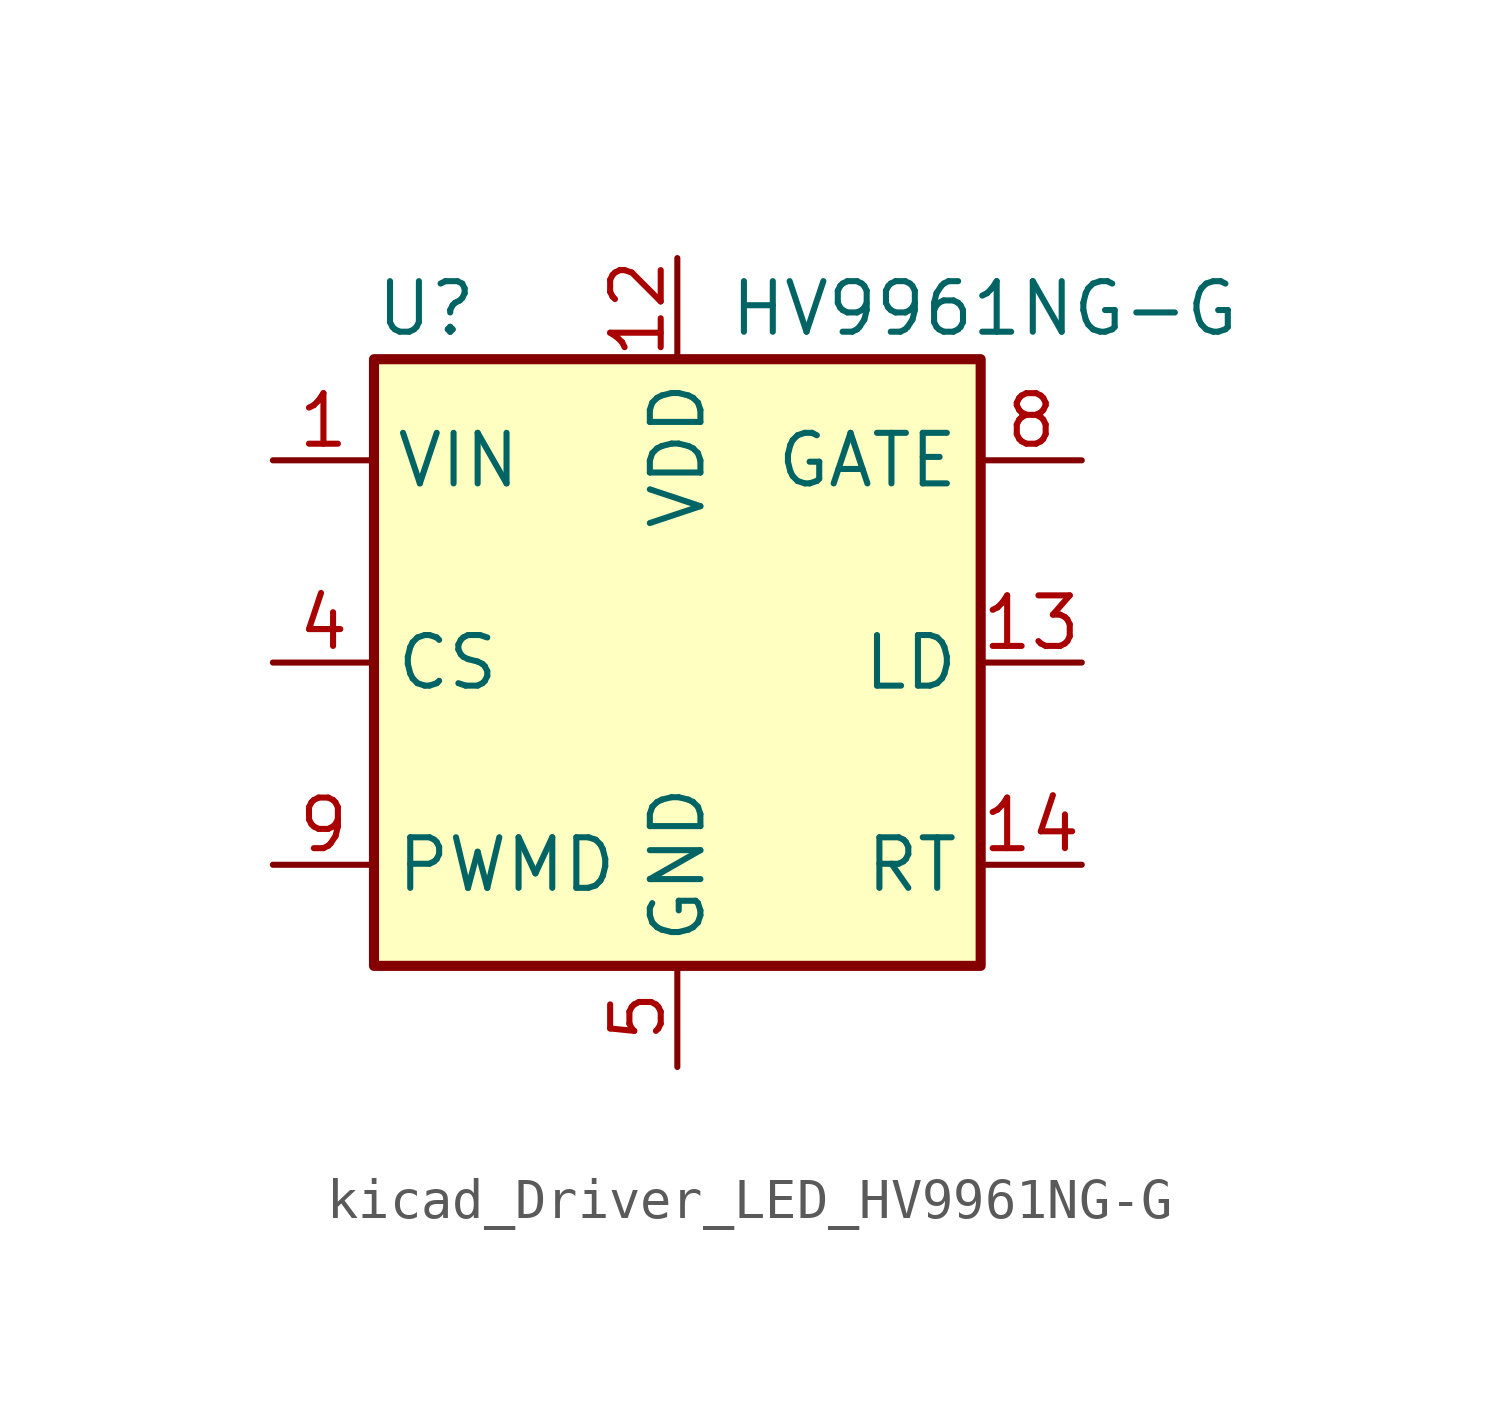
<source format=kicad_sym>
(kicad_symbol_lib
  (version 20220914)
  (generator kicad_symbol_editor)
  (symbol "kicad_Driver_LED_HV9961NG-G"
    (property "Reference" "U"
      (at -7.62 8.89 0)
      (effects (font (size 1.27 1.27)) (justify left)))
    (property "Value" "HV9961NG-G"
      (at 1.27 8.89 0)
      (effects (font (size 1.27 1.27)) (justify left)))
    (symbol "kicad_Driver_LED_HV9961NG-G_0_1"
      (rectangle (start -7.62 7.62) (end 7.62 -7.62) (stroke (width 0.254) (type default)) (fill (type background))))
    (symbol "kicad_Driver_LED_HV9961NG-G_1_1"
      (pin power_in line (at -10.16 5.08 0) (length 2.54) (name "VIN" (effects (font (size 1.27 1.27)))) (number "1" (effects (font (size 1.27 1.27)))))
      (pin no_connect line (at 7.62 -2.54 180) (length 2.54) hide (name "NC" (effects (font (size 1.27 1.27)))) (number "10" (effects (font (size 1.27 1.27)))))
      (pin no_connect line (at 7.62 0 180) (length 2.54) hide (name "NC" (effects (font (size 1.27 1.27)))) (number "11" (effects (font (size 1.27 1.27)))))
      (pin power_out line (at 0 10.16 270) (length 2.54) (name "VDD" (effects (font (size 1.27 1.27)))) (number "12" (effects (font (size 1.27 1.27)))))
      (pin input line (at 10.16 0 180) (length 2.54) (name "LD" (effects (font (size 1.27 1.27)))) (number "13" (effects (font (size 1.27 1.27)))))
      (pin input line (at 10.16 -5.08 180) (length 2.54) (name "RT" (effects (font (size 1.27 1.27)))) (number "14" (effects (font (size 1.27 1.27)))))
      (pin no_connect line (at 7.62 2.54 180) (length 2.54) hide (name "NC" (effects (font (size 1.27 1.27)))) (number "15" (effects (font (size 1.27 1.27)))))
      (pin no_connect line (at 7.62 5.08 180) (length 2.54) hide (name "NC" (effects (font (size 1.27 1.27)))) (number "16" (effects (font (size 1.27 1.27)))))
      (pin no_connect line (at -7.62 5.08 0) (length 2.54) hide (name "NC" (effects (font (size 1.27 1.27)))) (number "2" (effects (font (size 1.27 1.27)))))
      (pin no_connect line (at -7.62 2.54 0) (length 2.54) hide (name "NC" (effects (font (size 1.27 1.27)))) (number "3" (effects (font (size 1.27 1.27)))))
      (pin input line (at -10.16 0 0) (length 2.54) (name "CS" (effects (font (size 1.27 1.27)))) (number "4" (effects (font (size 1.27 1.27)))))
      (pin power_in line (at 0 -10.16 90) (length 2.54) (name "GND" (effects (font (size 1.27 1.27)))) (number "5" (effects (font (size 1.27 1.27)))))
      (pin no_connect line (at -7.62 0 0) (length 2.54) hide (name "NC" (effects (font (size 1.27 1.27)))) (number "6" (effects (font (size 1.27 1.27)))))
      (pin no_connect line (at -7.62 -2.54 0) (length 2.54) hide (name "NC" (effects (font (size 1.27 1.27)))) (number "7" (effects (font (size 1.27 1.27)))))
      (pin output line (at 10.16 5.08 180) (length 2.54) (name "GATE" (effects (font (size 1.27 1.27)))) (number "8" (effects (font (size 1.27 1.27)))))
      (pin output line (at -10.16 -5.08 0) (length 2.54) (name "PWMD" (effects (font (size 1.27 1.27)))) (number "9" (effects (font (size 1.27 1.27))))))))
</source>
